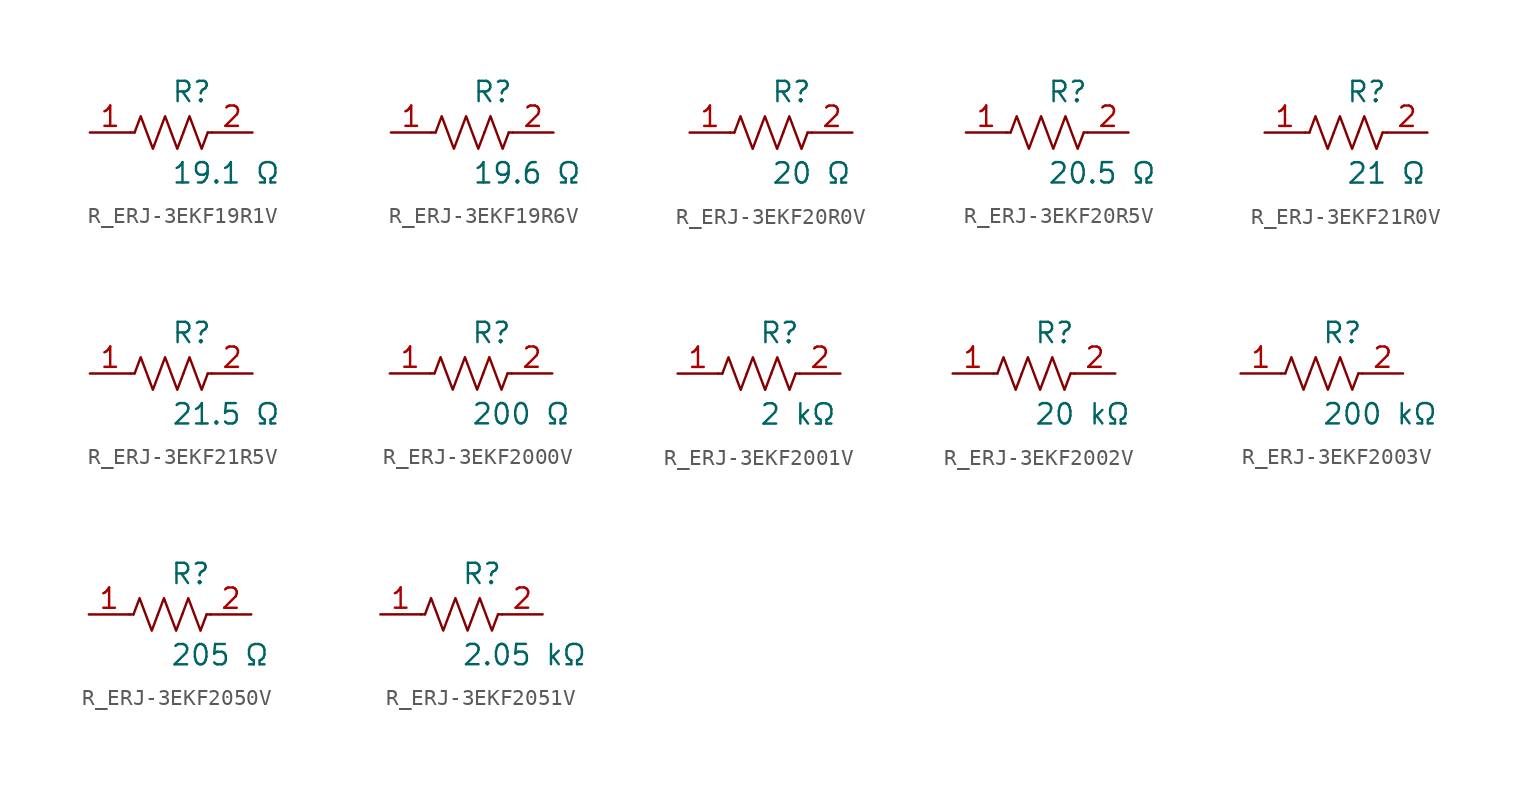
<source format=kicad_sym>
(kicad_symbol_lib
  (version 20231120)
  (generator "kicad_symbol_editor")
  (generator_version "8.0")
  (symbol "R_ERJ-3EKF19R1V"
    (pin_names
      (offset 0.254))
    (property "Reference" "R"
      (at 0 2.54 0)
      (effects (font (size 1.27 1.27)) (justify left)))
    (property "Value" "19.1 Ω"
      (at 0 -2.54 0)
      (effects (font (size 1.27 1.27)) (justify left)))
    (symbol "R_ERJ-3EKF19R1V_0_1"
      (polyline (pts (xy 2.286 0) (xy 2.54 0)) (stroke (width 0) (type default)) (fill (type none)))
      (polyline (pts (xy -2.286 0) (xy -2.54 0)) (stroke (width 0) (type default)) (fill (type none)))
      (polyline (pts (xy 0.762 0) (xy 1.143 1.016) (xy 1.524 0) (xy 1.905 -1.016) (xy 2.286 0)) (stroke (width 0) (type default)) (fill (type none)))
      (polyline (pts (xy -0.762 0) (xy -0.381 1.016) (xy 0 0) (xy 0.381 -1.016) (xy 0.762 0)) (stroke (width 0) (type default)) (fill (type none)))
      (polyline (pts (xy -2.286 0) (xy -1.905 1.016) (xy -1.524 0) (xy -1.143 -1.016) (xy -0.762 0)) (stroke (width 0) (type default)) (fill (type none))))
    (pin unspecified line
      (at -5.08 0 0)
      (length 2.54)
      (name "" (effects (font (size 1.27 1.27))))
      (number "1" (effects (font (size 1.27 1.27)))))
    (pin unspecified line
      (at 5.08 0 180)
      (length 2.54)
      (name "" (effects (font (size 1.27 1.27))))
      (number "2" (effects (font (size 1.27 1.27))))))
  (symbol "R_ERJ-3EKF19R6V"
    (pin_names
      (offset 0.254))
    (property "Reference" "R"
      (at 0 2.54 0)
      (effects (font (size 1.27 1.27)) (justify left)))
    (property "Value" "19.6 Ω"
      (at 0 -2.54 0)
      (effects (font (size 1.27 1.27)) (justify left)))
    (symbol "R_ERJ-3EKF19R6V_0_1"
      (polyline (pts (xy 2.286 0) (xy 2.54 0)) (stroke (width 0) (type default)) (fill (type none)))
      (polyline (pts (xy -2.286 0) (xy -2.54 0)) (stroke (width 0) (type default)) (fill (type none)))
      (polyline (pts (xy 0.762 0) (xy 1.143 1.016) (xy 1.524 0) (xy 1.905 -1.016) (xy 2.286 0)) (stroke (width 0) (type default)) (fill (type none)))
      (polyline (pts (xy -0.762 0) (xy -0.381 1.016) (xy 0 0) (xy 0.381 -1.016) (xy 0.762 0)) (stroke (width 0) (type default)) (fill (type none)))
      (polyline (pts (xy -2.286 0) (xy -1.905 1.016) (xy -1.524 0) (xy -1.143 -1.016) (xy -0.762 0)) (stroke (width 0) (type default)) (fill (type none))))
    (pin unspecified line
      (at -5.08 0 0)
      (length 2.54)
      (name "" (effects (font (size 1.27 1.27))))
      (number "1" (effects (font (size 1.27 1.27)))))
    (pin unspecified line
      (at 5.08 0 180)
      (length 2.54)
      (name "" (effects (font (size 1.27 1.27))))
      (number "2" (effects (font (size 1.27 1.27))))))
  (symbol "R_ERJ-3EKF20R0V"
    (pin_names
      (offset 0.254))
    (property "Reference" "R"
      (at 0 2.54 0)
      (effects (font (size 1.27 1.27)) (justify left)))
    (property "Value" "20 Ω"
      (at 0 -2.54 0)
      (effects (font (size 1.27 1.27)) (justify left)))
    (symbol "R_ERJ-3EKF20R0V_0_1"
      (polyline (pts (xy 2.286 0) (xy 2.54 0)) (stroke (width 0) (type default)) (fill (type none)))
      (polyline (pts (xy -2.286 0) (xy -2.54 0)) (stroke (width 0) (type default)) (fill (type none)))
      (polyline (pts (xy 0.762 0) (xy 1.143 1.016) (xy 1.524 0) (xy 1.905 -1.016) (xy 2.286 0)) (stroke (width 0) (type default)) (fill (type none)))
      (polyline (pts (xy -0.762 0) (xy -0.381 1.016) (xy 0 0) (xy 0.381 -1.016) (xy 0.762 0)) (stroke (width 0) (type default)) (fill (type none)))
      (polyline (pts (xy -2.286 0) (xy -1.905 1.016) (xy -1.524 0) (xy -1.143 -1.016) (xy -0.762 0)) (stroke (width 0) (type default)) (fill (type none))))
    (pin unspecified line
      (at -5.08 0 0)
      (length 2.54)
      (name "" (effects (font (size 1.27 1.27))))
      (number "1" (effects (font (size 1.27 1.27)))))
    (pin unspecified line
      (at 5.08 0 180)
      (length 2.54)
      (name "" (effects (font (size 1.27 1.27))))
      (number "2" (effects (font (size 1.27 1.27))))))
  (symbol "R_ERJ-3EKF20R5V"
    (pin_names
      (offset 0.254))
    (property "Reference" "R"
      (at 0 2.54 0)
      (effects (font (size 1.27 1.27)) (justify left)))
    (property "Value" "20.5 Ω"
      (at 0 -2.54 0)
      (effects (font (size 1.27 1.27)) (justify left)))
    (symbol "R_ERJ-3EKF20R5V_0_1"
      (polyline (pts (xy 2.286 0) (xy 2.54 0)) (stroke (width 0) (type default)) (fill (type none)))
      (polyline (pts (xy -2.286 0) (xy -2.54 0)) (stroke (width 0) (type default)) (fill (type none)))
      (polyline (pts (xy 0.762 0) (xy 1.143 1.016) (xy 1.524 0) (xy 1.905 -1.016) (xy 2.286 0)) (stroke (width 0) (type default)) (fill (type none)))
      (polyline (pts (xy -0.762 0) (xy -0.381 1.016) (xy 0 0) (xy 0.381 -1.016) (xy 0.762 0)) (stroke (width 0) (type default)) (fill (type none)))
      (polyline (pts (xy -2.286 0) (xy -1.905 1.016) (xy -1.524 0) (xy -1.143 -1.016) (xy -0.762 0)) (stroke (width 0) (type default)) (fill (type none))))
    (pin unspecified line
      (at -5.08 0 0)
      (length 2.54)
      (name "" (effects (font (size 1.27 1.27))))
      (number "1" (effects (font (size 1.27 1.27)))))
    (pin unspecified line
      (at 5.08 0 180)
      (length 2.54)
      (name "" (effects (font (size 1.27 1.27))))
      (number "2" (effects (font (size 1.27 1.27))))))
  (symbol "R_ERJ-3EKF21R0V"
    (pin_names
      (offset 0.254))
    (property "Reference" "R"
      (at 0 2.54 0)
      (effects (font (size 1.27 1.27)) (justify left)))
    (property "Value" "21 Ω"
      (at 0 -2.54 0)
      (effects (font (size 1.27 1.27)) (justify left)))
    (symbol "R_ERJ-3EKF21R0V_0_1"
      (polyline (pts (xy 2.286 0) (xy 2.54 0)) (stroke (width 0) (type default)) (fill (type none)))
      (polyline (pts (xy -2.286 0) (xy -2.54 0)) (stroke (width 0) (type default)) (fill (type none)))
      (polyline (pts (xy 0.762 0) (xy 1.143 1.016) (xy 1.524 0) (xy 1.905 -1.016) (xy 2.286 0)) (stroke (width 0) (type default)) (fill (type none)))
      (polyline (pts (xy -0.762 0) (xy -0.381 1.016) (xy 0 0) (xy 0.381 -1.016) (xy 0.762 0)) (stroke (width 0) (type default)) (fill (type none)))
      (polyline (pts (xy -2.286 0) (xy -1.905 1.016) (xy -1.524 0) (xy -1.143 -1.016) (xy -0.762 0)) (stroke (width 0) (type default)) (fill (type none))))
    (pin unspecified line
      (at -5.08 0 0)
      (length 2.54)
      (name "" (effects (font (size 1.27 1.27))))
      (number "1" (effects (font (size 1.27 1.27)))))
    (pin unspecified line
      (at 5.08 0 180)
      (length 2.54)
      (name "" (effects (font (size 1.27 1.27))))
      (number "2" (effects (font (size 1.27 1.27))))))
  (symbol "R_ERJ-3EKF21R5V"
    (pin_names
      (offset 0.254))
    (property "Reference" "R"
      (at 0 2.54 0)
      (effects (font (size 1.27 1.27)) (justify left)))
    (property "Value" "21.5 Ω"
      (at 0 -2.54 0)
      (effects (font (size 1.27 1.27)) (justify left)))
    (symbol "R_ERJ-3EKF21R5V_0_1"
      (polyline (pts (xy 2.286 0) (xy 2.54 0)) (stroke (width 0) (type default)) (fill (type none)))
      (polyline (pts (xy -2.286 0) (xy -2.54 0)) (stroke (width 0) (type default)) (fill (type none)))
      (polyline (pts (xy 0.762 0) (xy 1.143 1.016) (xy 1.524 0) (xy 1.905 -1.016) (xy 2.286 0)) (stroke (width 0) (type default)) (fill (type none)))
      (polyline (pts (xy -0.762 0) (xy -0.381 1.016) (xy 0 0) (xy 0.381 -1.016) (xy 0.762 0)) (stroke (width 0) (type default)) (fill (type none)))
      (polyline (pts (xy -2.286 0) (xy -1.905 1.016) (xy -1.524 0) (xy -1.143 -1.016) (xy -0.762 0)) (stroke (width 0) (type default)) (fill (type none))))
    (pin unspecified line
      (at -5.08 0 0)
      (length 2.54)
      (name "" (effects (font (size 1.27 1.27))))
      (number "1" (effects (font (size 1.27 1.27)))))
    (pin unspecified line
      (at 5.08 0 180)
      (length 2.54)
      (name "" (effects (font (size 1.27 1.27))))
      (number "2" (effects (font (size 1.27 1.27))))))
  (symbol "R_ERJ-3EKF2000V"
    (pin_names
      (offset 0.254))
    (property "Reference" "R"
      (at 0 2.54 0)
      (effects (font (size 1.27 1.27)) (justify left)))
    (property "Value" "200 Ω"
      (at 0 -2.54 0)
      (effects (font (size 1.27 1.27)) (justify left)))
    (symbol "R_ERJ-3EKF2000V_0_1"
      (polyline (pts (xy 2.286 0) (xy 2.54 0)) (stroke (width 0) (type default)) (fill (type none)))
      (polyline (pts (xy -2.286 0) (xy -2.54 0)) (stroke (width 0) (type default)) (fill (type none)))
      (polyline (pts (xy 0.762 0) (xy 1.143 1.016) (xy 1.524 0) (xy 1.905 -1.016) (xy 2.286 0)) (stroke (width 0) (type default)) (fill (type none)))
      (polyline (pts (xy -0.762 0) (xy -0.381 1.016) (xy 0 0) (xy 0.381 -1.016) (xy 0.762 0)) (stroke (width 0) (type default)) (fill (type none)))
      (polyline (pts (xy -2.286 0) (xy -1.905 1.016) (xy -1.524 0) (xy -1.143 -1.016) (xy -0.762 0)) (stroke (width 0) (type default)) (fill (type none))))
    (pin unspecified line
      (at -5.08 0 0)
      (length 2.54)
      (name "" (effects (font (size 1.27 1.27))))
      (number "1" (effects (font (size 1.27 1.27)))))
    (pin unspecified line
      (at 5.08 0 180)
      (length 2.54)
      (name "" (effects (font (size 1.27 1.27))))
      (number "2" (effects (font (size 1.27 1.27))))))
  (symbol "R_ERJ-3EKF2001V"
    (pin_names
      (offset 0.254))
    (property "Reference" "R"
      (at 0 2.54 0)
      (effects (font (size 1.27 1.27)) (justify left)))
    (property "Value" "2 kΩ"
      (at 0 -2.54 0)
      (effects (font (size 1.27 1.27)) (justify left)))
    (symbol "R_ERJ-3EKF2001V_0_1"
      (polyline (pts (xy 2.286 0) (xy 2.54 0)) (stroke (width 0) (type default)) (fill (type none)))
      (polyline (pts (xy -2.286 0) (xy -2.54 0)) (stroke (width 0) (type default)) (fill (type none)))
      (polyline (pts (xy 0.762 0) (xy 1.143 1.016) (xy 1.524 0) (xy 1.905 -1.016) (xy 2.286 0)) (stroke (width 0) (type default)) (fill (type none)))
      (polyline (pts (xy -0.762 0) (xy -0.381 1.016) (xy 0 0) (xy 0.381 -1.016) (xy 0.762 0)) (stroke (width 0) (type default)) (fill (type none)))
      (polyline (pts (xy -2.286 0) (xy -1.905 1.016) (xy -1.524 0) (xy -1.143 -1.016) (xy -0.762 0)) (stroke (width 0) (type default)) (fill (type none))))
    (pin unspecified line
      (at -5.08 0 0)
      (length 2.54)
      (name "" (effects (font (size 1.27 1.27))))
      (number "1" (effects (font (size 1.27 1.27)))))
    (pin unspecified line
      (at 5.08 0 180)
      (length 2.54)
      (name "" (effects (font (size 1.27 1.27))))
      (number "2" (effects (font (size 1.27 1.27))))))
  (symbol "R_ERJ-3EKF2002V"
    (pin_names
      (offset 0.254))
    (property "Reference" "R"
      (at 0 2.54 0)
      (effects (font (size 1.27 1.27)) (justify left)))
    (property "Value" "20 kΩ"
      (at 0 -2.54 0)
      (effects (font (size 1.27 1.27)) (justify left)))
    (symbol "R_ERJ-3EKF2002V_0_1"
      (polyline (pts (xy 2.286 0) (xy 2.54 0)) (stroke (width 0) (type default)) (fill (type none)))
      (polyline (pts (xy -2.286 0) (xy -2.54 0)) (stroke (width 0) (type default)) (fill (type none)))
      (polyline (pts (xy 0.762 0) (xy 1.143 1.016) (xy 1.524 0) (xy 1.905 -1.016) (xy 2.286 0)) (stroke (width 0) (type default)) (fill (type none)))
      (polyline (pts (xy -0.762 0) (xy -0.381 1.016) (xy 0 0) (xy 0.381 -1.016) (xy 0.762 0)) (stroke (width 0) (type default)) (fill (type none)))
      (polyline (pts (xy -2.286 0) (xy -1.905 1.016) (xy -1.524 0) (xy -1.143 -1.016) (xy -0.762 0)) (stroke (width 0) (type default)) (fill (type none))))
    (pin unspecified line
      (at -5.08 0 0)
      (length 2.54)
      (name "" (effects (font (size 1.27 1.27))))
      (number "1" (effects (font (size 1.27 1.27)))))
    (pin unspecified line
      (at 5.08 0 180)
      (length 2.54)
      (name "" (effects (font (size 1.27 1.27))))
      (number "2" (effects (font (size 1.27 1.27))))))
  (symbol "R_ERJ-3EKF2003V"
    (pin_names
      (offset 0.254))
    (property "Reference" "R"
      (at 0 2.54 0)
      (effects (font (size 1.27 1.27)) (justify left)))
    (property "Value" "200 kΩ"
      (at 0 -2.54 0)
      (effects (font (size 1.27 1.27)) (justify left)))
    (symbol "R_ERJ-3EKF2003V_0_1"
      (polyline (pts (xy 2.286 0) (xy 2.54 0)) (stroke (width 0) (type default)) (fill (type none)))
      (polyline (pts (xy -2.286 0) (xy -2.54 0)) (stroke (width 0) (type default)) (fill (type none)))
      (polyline (pts (xy 0.762 0) (xy 1.143 1.016) (xy 1.524 0) (xy 1.905 -1.016) (xy 2.286 0)) (stroke (width 0) (type default)) (fill (type none)))
      (polyline (pts (xy -0.762 0) (xy -0.381 1.016) (xy 0 0) (xy 0.381 -1.016) (xy 0.762 0)) (stroke (width 0) (type default)) (fill (type none)))
      (polyline (pts (xy -2.286 0) (xy -1.905 1.016) (xy -1.524 0) (xy -1.143 -1.016) (xy -0.762 0)) (stroke (width 0) (type default)) (fill (type none))))
    (pin unspecified line
      (at -5.08 0 0)
      (length 2.54)
      (name "" (effects (font (size 1.27 1.27))))
      (number "1" (effects (font (size 1.27 1.27)))))
    (pin unspecified line
      (at 5.08 0 180)
      (length 2.54)
      (name "" (effects (font (size 1.27 1.27))))
      (number "2" (effects (font (size 1.27 1.27))))))
  (symbol "R_ERJ-3EKF2050V"
    (pin_names
      (offset 0.254))
    (property "Reference" "R"
      (at 0 2.54 0)
      (effects (font (size 1.27 1.27)) (justify left)))
    (property "Value" "205 Ω"
      (at 0 -2.54 0)
      (effects (font (size 1.27 1.27)) (justify left)))
    (symbol "R_ERJ-3EKF2050V_0_1"
      (polyline (pts (xy 2.286 0) (xy 2.54 0)) (stroke (width 0) (type default)) (fill (type none)))
      (polyline (pts (xy -2.286 0) (xy -2.54 0)) (stroke (width 0) (type default)) (fill (type none)))
      (polyline (pts (xy 0.762 0) (xy 1.143 1.016) (xy 1.524 0) (xy 1.905 -1.016) (xy 2.286 0)) (stroke (width 0) (type default)) (fill (type none)))
      (polyline (pts (xy -0.762 0) (xy -0.381 1.016) (xy 0 0) (xy 0.381 -1.016) (xy 0.762 0)) (stroke (width 0) (type default)) (fill (type none)))
      (polyline (pts (xy -2.286 0) (xy -1.905 1.016) (xy -1.524 0) (xy -1.143 -1.016) (xy -0.762 0)) (stroke (width 0) (type default)) (fill (type none))))
    (pin unspecified line
      (at -5.08 0 0)
      (length 2.54)
      (name "" (effects (font (size 1.27 1.27))))
      (number "1" (effects (font (size 1.27 1.27)))))
    (pin unspecified line
      (at 5.08 0 180)
      (length 2.54)
      (name "" (effects (font (size 1.27 1.27))))
      (number "2" (effects (font (size 1.27 1.27))))))
  (symbol "R_ERJ-3EKF2051V"
    (pin_names
      (offset 0.254))
    (property "Reference" "R"
      (at 0 2.54 0)
      (effects (font (size 1.27 1.27)) (justify left)))
    (property "Value" "2.05 kΩ"
      (at 0 -2.54 0)
      (effects (font (size 1.27 1.27)) (justify left)))
    (symbol "R_ERJ-3EKF2051V_0_1"
      (polyline (pts (xy 2.286 0) (xy 2.54 0)) (stroke (width 0) (type default)) (fill (type none)))
      (polyline (pts (xy -2.286 0) (xy -2.54 0)) (stroke (width 0) (type default)) (fill (type none)))
      (polyline (pts (xy 0.762 0) (xy 1.143 1.016) (xy 1.524 0) (xy 1.905 -1.016) (xy 2.286 0)) (stroke (width 0) (type default)) (fill (type none)))
      (polyline (pts (xy -0.762 0) (xy -0.381 1.016) (xy 0 0) (xy 0.381 -1.016) (xy 0.762 0)) (stroke (width 0) (type default)) (fill (type none)))
      (polyline (pts (xy -2.286 0) (xy -1.905 1.016) (xy -1.524 0) (xy -1.143 -1.016) (xy -0.762 0)) (stroke (width 0) (type default)) (fill (type none))))
    (pin unspecified line
      (at -5.08 0 0)
      (length 2.54)
      (name "" (effects (font (size 1.27 1.27))))
      (number "1" (effects (font (size 1.27 1.27)))))
    (pin unspecified line
      (at 5.08 0 180)
      (length 2.54)
      (name "" (effects (font (size 1.27 1.27))))
      (number "2" (effects (font (size 1.27 1.27)))))))
</source>
